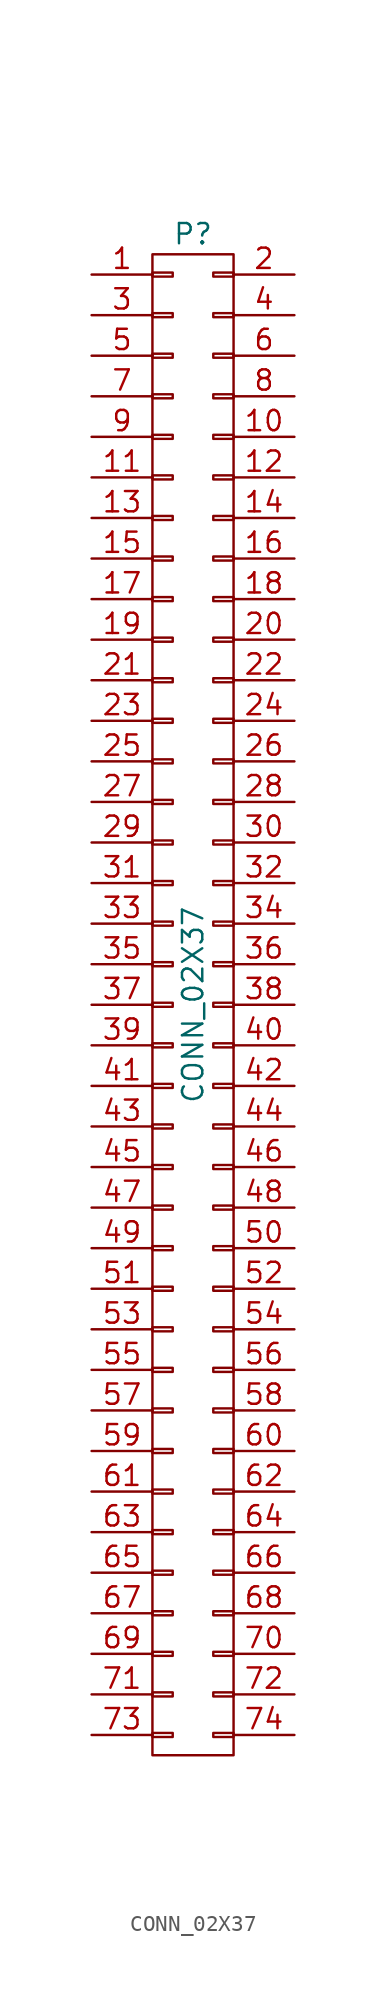
<source format=kicad_sym>
(kicad_symbol_lib
  (version 20231120)
  (generator "kicad_symbol_editor")
  (generator_version "8.0")
  (symbol "CONN_02X37"
    (pin_names
      (offset 0.025) hide)
    (property "Reference" "P"
      (at 0 48.26 0)
      (effects (font (size 1.27 1.27))))
    (property "Value" "CONN_02X37"
      (at 0 0 90)
      (effects (font (size 1.27 1.27))))
    (property "Footprint" ""
      (at 0 -3.81 0)
      (effects (font (size 1.27 1.27))))
    (property "Datasheet" ""
      (at 0 -3.81 0)
      (effects (font (size 1.27 1.27))))
    (symbol "CONN_02X37_0_1"
      (rectangle (start -2.54 -45.593) (end -1.27 -45.847) (stroke (width 0) (type solid)) (fill (type none)))
      (rectangle (start -2.54 -43.053) (end -1.27 -43.307) (stroke (width 0) (type solid)) (fill (type none)))
      (rectangle (start -2.54 -40.513) (end -1.27 -40.767) (stroke (width 0) (type solid)) (fill (type none)))
      (rectangle (start -2.54 -37.973) (end -1.27 -38.227) (stroke (width 0) (type solid)) (fill (type none)))
      (rectangle (start -2.54 -35.433) (end -1.27 -35.687) (stroke (width 0) (type solid)) (fill (type none)))
      (rectangle (start -2.54 -32.893) (end -1.27 -33.147) (stroke (width 0) (type solid)) (fill (type none)))
      (rectangle (start -2.54 -30.353) (end -1.27 -30.607) (stroke (width 0) (type solid)) (fill (type none)))
      (rectangle (start -2.54 -27.813) (end -1.27 -28.067) (stroke (width 0) (type solid)) (fill (type none)))
      (rectangle (start -2.54 -25.273) (end -1.27 -25.527) (stroke (width 0) (type solid)) (fill (type none)))
      (rectangle (start -2.54 -22.733) (end -1.27 -22.987) (stroke (width 0) (type solid)) (fill (type none)))
      (rectangle (start -2.54 -20.193) (end -1.27 -20.447) (stroke (width 0) (type solid)) (fill (type none)))
      (rectangle (start -2.54 -17.653) (end -1.27 -17.907) (stroke (width 0) (type solid)) (fill (type none)))
      (rectangle (start -2.54 -15.113) (end -1.27 -15.367) (stroke (width 0) (type solid)) (fill (type none)))
      (rectangle (start -2.54 -12.573) (end -1.27 -12.827) (stroke (width 0) (type solid)) (fill (type none)))
      (rectangle (start -2.54 -10.033) (end -1.27 -10.287) (stroke (width 0) (type solid)) (fill (type none)))
      (rectangle (start -2.54 -7.493) (end -1.27 -7.747) (stroke (width 0) (type solid)) (fill (type none)))
      (rectangle (start -2.54 -4.953) (end -1.27 -5.207) (stroke (width 0) (type solid)) (fill (type none)))
      (rectangle (start -2.54 -2.413) (end -1.27 -2.667) (stroke (width 0) (type solid)) (fill (type none)))
      (rectangle (start -2.54 0.127) (end -1.27 -0.127) (stroke (width 0) (type solid)) (fill (type none)))
      (rectangle (start -2.54 2.667) (end -1.27 2.413) (stroke (width 0) (type solid)) (fill (type none)))
      (rectangle (start -2.54 5.207) (end -1.27 4.953) (stroke (width 0) (type solid)) (fill (type none)))
      (rectangle (start -2.54 7.747) (end -1.27 7.493) (stroke (width 0) (type solid)) (fill (type none)))
      (rectangle (start -2.54 10.287) (end -1.27 10.033) (stroke (width 0) (type solid)) (fill (type none)))
      (rectangle (start -2.54 12.827) (end -1.27 12.573) (stroke (width 0) (type solid)) (fill (type none)))
      (rectangle (start -2.54 15.367) (end -1.27 15.113) (stroke (width 0) (type solid)) (fill (type none)))
      (rectangle (start -2.54 17.907) (end -1.27 17.653) (stroke (width 0) (type solid)) (fill (type none)))
      (rectangle (start -2.54 20.447) (end -1.27 20.193) (stroke (width 0) (type solid)) (fill (type none)))
      (rectangle (start -2.54 22.987) (end -1.27 22.733) (stroke (width 0) (type solid)) (fill (type none)))
      (rectangle (start -2.54 25.527) (end -1.27 25.273) (stroke (width 0) (type solid)) (fill (type none)))
      (rectangle (start -2.54 28.067) (end -1.27 27.813) (stroke (width 0) (type solid)) (fill (type none)))
      (rectangle (start -2.54 30.607) (end -1.27 30.353) (stroke (width 0) (type solid)) (fill (type none)))
      (rectangle (start -2.54 33.147) (end -1.27 32.893) (stroke (width 0) (type solid)) (fill (type none)))
      (rectangle (start -2.54 35.687) (end -1.27 35.433) (stroke (width 0) (type solid)) (fill (type none)))
      (rectangle (start -2.54 38.227) (end -1.27 37.973) (stroke (width 0) (type solid)) (fill (type none)))
      (rectangle (start -2.54 40.767) (end -1.27 40.513) (stroke (width 0) (type solid)) (fill (type none)))
      (rectangle (start -2.54 43.307) (end -1.27 43.053) (stroke (width 0) (type solid)) (fill (type none)))
      (rectangle (start -2.54 45.847) (end -1.27 45.593) (stroke (width 0) (type solid)) (fill (type none)))
      (rectangle (start -2.54 46.99) (end 2.54 -46.99) (stroke (width 0) (type solid)) (fill (type none)))
      (rectangle (start 1.27 -45.593) (end 2.54 -45.847) (stroke (width 0) (type solid)) (fill (type none)))
      (rectangle (start 1.27 -43.053) (end 2.54 -43.307) (stroke (width 0) (type solid)) (fill (type none)))
      (rectangle (start 1.27 -40.513) (end 2.54 -40.767) (stroke (width 0) (type solid)) (fill (type none)))
      (rectangle (start 1.27 -37.973) (end 2.54 -38.227) (stroke (width 0) (type solid)) (fill (type none)))
      (rectangle (start 1.27 -35.433) (end 2.54 -35.687) (stroke (width 0) (type solid)) (fill (type none)))
      (rectangle (start 1.27 -32.893) (end 2.54 -33.147) (stroke (width 0) (type solid)) (fill (type none)))
      (rectangle (start 1.27 -30.353) (end 2.54 -30.607) (stroke (width 0) (type solid)) (fill (type none)))
      (rectangle (start 1.27 -27.813) (end 2.54 -28.067) (stroke (width 0) (type solid)) (fill (type none)))
      (rectangle (start 1.27 -25.273) (end 2.54 -25.527) (stroke (width 0) (type solid)) (fill (type none)))
      (rectangle (start 1.27 -22.733) (end 2.54 -22.987) (stroke (width 0) (type solid)) (fill (type none)))
      (rectangle (start 1.27 -20.193) (end 2.54 -20.447) (stroke (width 0) (type solid)) (fill (type none)))
      (rectangle (start 1.27 -17.653) (end 2.54 -17.907) (stroke (width 0) (type solid)) (fill (type none)))
      (rectangle (start 1.27 -15.113) (end 2.54 -15.367) (stroke (width 0) (type solid)) (fill (type none)))
      (rectangle (start 1.27 -12.573) (end 2.54 -12.827) (stroke (width 0) (type solid)) (fill (type none)))
      (rectangle (start 1.27 -10.033) (end 2.54 -10.287) (stroke (width 0) (type solid)) (fill (type none)))
      (rectangle (start 1.27 -7.493) (end 2.54 -7.747) (stroke (width 0) (type solid)) (fill (type none)))
      (rectangle (start 1.27 -4.953) (end 2.54 -5.207) (stroke (width 0) (type solid)) (fill (type none)))
      (rectangle (start 1.27 -2.413) (end 2.54 -2.667) (stroke (width 0) (type solid)) (fill (type none)))
      (rectangle (start 1.27 0.127) (end 2.54 -0.127) (stroke (width 0) (type solid)) (fill (type none)))
      (rectangle (start 1.27 2.667) (end 2.54 2.413) (stroke (width 0) (type solid)) (fill (type none)))
      (rectangle (start 1.27 5.207) (end 2.54 4.953) (stroke (width 0) (type solid)) (fill (type none)))
      (rectangle (start 1.27 7.747) (end 2.54 7.493) (stroke (width 0) (type solid)) (fill (type none)))
      (rectangle (start 1.27 10.287) (end 2.54 10.033) (stroke (width 0) (type solid)) (fill (type none)))
      (rectangle (start 1.27 12.827) (end 2.54 12.573) (stroke (width 0) (type solid)) (fill (type none)))
      (rectangle (start 1.27 15.367) (end 2.54 15.113) (stroke (width 0) (type solid)) (fill (type none)))
      (rectangle (start 1.27 17.907) (end 2.54 17.653) (stroke (width 0) (type solid)) (fill (type none)))
      (rectangle (start 1.27 20.447) (end 2.54 20.193) (stroke (width 0) (type solid)) (fill (type none)))
      (rectangle (start 1.27 22.987) (end 2.54 22.733) (stroke (width 0) (type solid)) (fill (type none)))
      (rectangle (start 1.27 25.527) (end 2.54 25.273) (stroke (width 0) (type solid)) (fill (type none)))
      (rectangle (start 1.27 28.067) (end 2.54 27.813) (stroke (width 0) (type solid)) (fill (type none)))
      (rectangle (start 1.27 30.607) (end 2.54 30.353) (stroke (width 0) (type solid)) (fill (type none)))
      (rectangle (start 1.27 33.147) (end 2.54 32.893) (stroke (width 0) (type solid)) (fill (type none)))
      (rectangle (start 1.27 35.687) (end 2.54 35.433) (stroke (width 0) (type solid)) (fill (type none)))
      (rectangle (start 1.27 38.227) (end 2.54 37.973) (stroke (width 0) (type solid)) (fill (type none)))
      (rectangle (start 1.27 40.767) (end 2.54 40.513) (stroke (width 0) (type solid)) (fill (type none)))
      (rectangle (start 1.27 43.307) (end 2.54 43.053) (stroke (width 0) (type solid)) (fill (type none)))
      (rectangle (start 1.27 45.847) (end 2.54 45.593) (stroke (width 0) (type solid)) (fill (type none))))
    (symbol "CONN_02X37_1_1"
      (pin passive line (at -6.35 45.72 0) (length 3.81) (name "P1" (effects (font (size 1.27 1.27)))) (number "1" (effects (font (size 1.27 1.27)))))
      (pin passive line (at 6.35 35.56 180) (length 3.81) (name "P10" (effects (font (size 1.27 1.27)))) (number "10" (effects (font (size 1.27 1.27)))))
      (pin passive line (at -6.35 33.02 0) (length 3.81) (name "P11" (effects (font (size 1.27 1.27)))) (number "11" (effects (font (size 1.27 1.27)))))
      (pin passive line (at 6.35 33.02 180) (length 3.81) (name "P12" (effects (font (size 1.27 1.27)))) (number "12" (effects (font (size 1.27 1.27)))))
      (pin passive line (at -6.35 30.48 0) (length 3.81) (name "P13" (effects (font (size 1.27 1.27)))) (number "13" (effects (font (size 1.27 1.27)))))
      (pin passive line (at 6.35 30.48 180) (length 3.81) (name "P14" (effects (font (size 1.27 1.27)))) (number "14" (effects (font (size 1.27 1.27)))))
      (pin passive line (at -6.35 27.94 0) (length 3.81) (name "P15" (effects (font (size 1.27 1.27)))) (number "15" (effects (font (size 1.27 1.27)))))
      (pin passive line (at 6.35 27.94 180) (length 3.81) (name "P16" (effects (font (size 1.27 1.27)))) (number "16" (effects (font (size 1.27 1.27)))))
      (pin passive line (at -6.35 25.4 0) (length 3.81) (name "P17" (effects (font (size 1.27 1.27)))) (number "17" (effects (font (size 1.27 1.27)))))
      (pin passive line (at 6.35 25.4 180) (length 3.81) (name "P18" (effects (font (size 1.27 1.27)))) (number "18" (effects (font (size 1.27 1.27)))))
      (pin passive line (at -6.35 22.86 0) (length 3.81) (name "P19" (effects (font (size 1.27 1.27)))) (number "19" (effects (font (size 1.27 1.27)))))
      (pin passive line (at 6.35 45.72 180) (length 3.81) (name "P2" (effects (font (size 1.27 1.27)))) (number "2" (effects (font (size 1.27 1.27)))))
      (pin passive line (at 6.35 22.86 180) (length 3.81) (name "P20" (effects (font (size 1.27 1.27)))) (number "20" (effects (font (size 1.27 1.27)))))
      (pin passive line (at -6.35 20.32 0) (length 3.81) (name "P21" (effects (font (size 1.27 1.27)))) (number "21" (effects (font (size 1.27 1.27)))))
      (pin passive line (at 6.35 20.32 180) (length 3.81) (name "P22" (effects (font (size 1.27 1.27)))) (number "22" (effects (font (size 1.27 1.27)))))
      (pin passive line (at -6.35 17.78 0) (length 3.81) (name "P23" (effects (font (size 1.27 1.27)))) (number "23" (effects (font (size 1.27 1.27)))))
      (pin passive line (at 6.35 17.78 180) (length 3.81) (name "P24" (effects (font (size 1.27 1.27)))) (number "24" (effects (font (size 1.27 1.27)))))
      (pin passive line (at -6.35 15.24 0) (length 3.81) (name "P25" (effects (font (size 1.27 1.27)))) (number "25" (effects (font (size 1.27 1.27)))))
      (pin passive line (at 6.35 15.24 180) (length 3.81) (name "P26" (effects (font (size 1.27 1.27)))) (number "26" (effects (font (size 1.27 1.27)))))
      (pin passive line (at -6.35 12.7 0) (length 3.81) (name "P27" (effects (font (size 1.27 1.27)))) (number "27" (effects (font (size 1.27 1.27)))))
      (pin passive line (at 6.35 12.7 180) (length 3.81) (name "P28" (effects (font (size 1.27 1.27)))) (number "28" (effects (font (size 1.27 1.27)))))
      (pin passive line (at -6.35 10.16 0) (length 3.81) (name "P29" (effects (font (size 1.27 1.27)))) (number "29" (effects (font (size 1.27 1.27)))))
      (pin passive line (at -6.35 43.18 0) (length 3.81) (name "P3" (effects (font (size 1.27 1.27)))) (number "3" (effects (font (size 1.27 1.27)))))
      (pin passive line (at 6.35 10.16 180) (length 3.81) (name "P30" (effects (font (size 1.27 1.27)))) (number "30" (effects (font (size 1.27 1.27)))))
      (pin passive line (at -6.35 7.62 0) (length 3.81) (name "P31" (effects (font (size 1.27 1.27)))) (number "31" (effects (font (size 1.27 1.27)))))
      (pin passive line (at 6.35 7.62 180) (length 3.81) (name "P32" (effects (font (size 1.27 1.27)))) (number "32" (effects (font (size 1.27 1.27)))))
      (pin passive line (at -6.35 5.08 0) (length 3.81) (name "P33" (effects (font (size 1.27 1.27)))) (number "33" (effects (font (size 1.27 1.27)))))
      (pin passive line (at 6.35 5.08 180) (length 3.81) (name "P34" (effects (font (size 1.27 1.27)))) (number "34" (effects (font (size 1.27 1.27)))))
      (pin passive line (at -6.35 2.54 0) (length 3.81) (name "P35" (effects (font (size 1.27 1.27)))) (number "35" (effects (font (size 1.27 1.27)))))
      (pin passive line (at 6.35 2.54 180) (length 3.81) (name "P36" (effects (font (size 1.27 1.27)))) (number "36" (effects (font (size 1.27 1.27)))))
      (pin passive line (at -6.35 0 0) (length 3.81) (name "P37" (effects (font (size 1.27 1.27)))) (number "37" (effects (font (size 1.27 1.27)))))
      (pin passive line (at 6.35 0 180) (length 3.81) (name "P38" (effects (font (size 1.27 1.27)))) (number "38" (effects (font (size 1.27 1.27)))))
      (pin passive line (at -6.35 -2.54 0) (length 3.81) (name "P39" (effects (font (size 1.27 1.27)))) (number "39" (effects (font (size 1.27 1.27)))))
      (pin passive line (at 6.35 43.18 180) (length 3.81) (name "P4" (effects (font (size 1.27 1.27)))) (number "4" (effects (font (size 1.27 1.27)))))
      (pin passive line (at 6.35 -2.54 180) (length 3.81) (name "P40" (effects (font (size 1.27 1.27)))) (number "40" (effects (font (size 1.27 1.27)))))
      (pin passive line (at -6.35 -5.08 0) (length 3.81) (name "P41" (effects (font (size 1.27 1.27)))) (number "41" (effects (font (size 1.27 1.27)))))
      (pin passive line (at 6.35 -5.08 180) (length 3.81) (name "P42" (effects (font (size 1.27 1.27)))) (number "42" (effects (font (size 1.27 1.27)))))
      (pin passive line (at -6.35 -7.62 0) (length 3.81) (name "P43" (effects (font (size 1.27 1.27)))) (number "43" (effects (font (size 1.27 1.27)))))
      (pin passive line (at 6.35 -7.62 180) (length 3.81) (name "P44" (effects (font (size 1.27 1.27)))) (number "44" (effects (font (size 1.27 1.27)))))
      (pin passive line (at -6.35 -10.16 0) (length 3.81) (name "P45" (effects (font (size 1.27 1.27)))) (number "45" (effects (font (size 1.27 1.27)))))
      (pin passive line (at 6.35 -10.16 180) (length 3.81) (name "P46" (effects (font (size 1.27 1.27)))) (number "46" (effects (font (size 1.27 1.27)))))
      (pin passive line (at -6.35 -12.7 0) (length 3.81) (name "P47" (effects (font (size 1.27 1.27)))) (number "47" (effects (font (size 1.27 1.27)))))
      (pin passive line (at 6.35 -12.7 180) (length 3.81) (name "P48" (effects (font (size 1.27 1.27)))) (number "48" (effects (font (size 1.27 1.27)))))
      (pin passive line (at -6.35 -15.24 0) (length 3.81) (name "P49" (effects (font (size 1.27 1.27)))) (number "49" (effects (font (size 1.27 1.27)))))
      (pin passive line (at -6.35 40.64 0) (length 3.81) (name "P5" (effects (font (size 1.27 1.27)))) (number "5" (effects (font (size 1.27 1.27)))))
      (pin passive line (at 6.35 -15.24 180) (length 3.81) (name "P50" (effects (font (size 1.27 1.27)))) (number "50" (effects (font (size 1.27 1.27)))))
      (pin passive line (at -6.35 -17.78 0) (length 3.81) (name "P51" (effects (font (size 1.27 1.27)))) (number "51" (effects (font (size 1.27 1.27)))))
      (pin passive line (at 6.35 -17.78 180) (length 3.81) (name "P52" (effects (font (size 1.27 1.27)))) (number "52" (effects (font (size 1.27 1.27)))))
      (pin passive line (at -6.35 -20.32 0) (length 3.81) (name "P53" (effects (font (size 1.27 1.27)))) (number "53" (effects (font (size 1.27 1.27)))))
      (pin passive line (at 6.35 -20.32 180) (length 3.81) (name "P54" (effects (font (size 1.27 1.27)))) (number "54" (effects (font (size 1.27 1.27)))))
      (pin passive line (at -6.35 -22.86 0) (length 3.81) (name "P55" (effects (font (size 1.27 1.27)))) (number "55" (effects (font (size 1.27 1.27)))))
      (pin passive line (at 6.35 -22.86 180) (length 3.81) (name "P56" (effects (font (size 1.27 1.27)))) (number "56" (effects (font (size 1.27 1.27)))))
      (pin passive line (at -6.35 -25.4 0) (length 3.81) (name "P57" (effects (font (size 1.27 1.27)))) (number "57" (effects (font (size 1.27 1.27)))))
      (pin passive line (at 6.35 -25.4 180) (length 3.81) (name "P58" (effects (font (size 1.27 1.27)))) (number "58" (effects (font (size 1.27 1.27)))))
      (pin passive line (at -6.35 -27.94 0) (length 3.81) (name "P59" (effects (font (size 1.27 1.27)))) (number "59" (effects (font (size 1.27 1.27)))))
      (pin passive line (at 6.35 40.64 180) (length 3.81) (name "P6" (effects (font (size 1.27 1.27)))) (number "6" (effects (font (size 1.27 1.27)))))
      (pin passive line (at 6.35 -27.94 180) (length 3.81) (name "P60" (effects (font (size 1.27 1.27)))) (number "60" (effects (font (size 1.27 1.27)))))
      (pin passive line (at -6.35 -30.48 0) (length 3.81) (name "P61" (effects (font (size 1.27 1.27)))) (number "61" (effects (font (size 1.27 1.27)))))
      (pin passive line (at 6.35 -30.48 180) (length 3.81) (name "P62" (effects (font (size 1.27 1.27)))) (number "62" (effects (font (size 1.27 1.27)))))
      (pin passive line (at -6.35 -33.02 0) (length 3.81) (name "P63" (effects (font (size 1.27 1.27)))) (number "63" (effects (font (size 1.27 1.27)))))
      (pin passive line (at 6.35 -33.02 180) (length 3.81) (name "P64" (effects (font (size 1.27 1.27)))) (number "64" (effects (font (size 1.27 1.27)))))
      (pin passive line (at -6.35 -35.56 0) (length 3.81) (name "P65" (effects (font (size 1.27 1.27)))) (number "65" (effects (font (size 1.27 1.27)))))
      (pin passive line (at 6.35 -35.56 180) (length 3.81) (name "P66" (effects (font (size 1.27 1.27)))) (number "66" (effects (font (size 1.27 1.27)))))
      (pin passive line (at -6.35 -38.1 0) (length 3.81) (name "P67" (effects (font (size 1.27 1.27)))) (number "67" (effects (font (size 1.27 1.27)))))
      (pin passive line (at 6.35 -38.1 180) (length 3.81) (name "P68" (effects (font (size 1.27 1.27)))) (number "68" (effects (font (size 1.27 1.27)))))
      (pin passive line (at -6.35 -40.64 0) (length 3.81) (name "P69" (effects (font (size 1.27 1.27)))) (number "69" (effects (font (size 1.27 1.27)))))
      (pin passive line (at -6.35 38.1 0) (length 3.81) (name "P7" (effects (font (size 1.27 1.27)))) (number "7" (effects (font (size 1.27 1.27)))))
      (pin passive line (at 6.35 -40.64 180) (length 3.81) (name "P70" (effects (font (size 1.27 1.27)))) (number "70" (effects (font (size 1.27 1.27)))))
      (pin passive line (at -6.35 -43.18 0) (length 3.81) (name "P71" (effects (font (size 1.27 1.27)))) (number "71" (effects (font (size 1.27 1.27)))))
      (pin passive line (at 6.35 -43.18 180) (length 3.81) (name "P72" (effects (font (size 1.27 1.27)))) (number "72" (effects (font (size 1.27 1.27)))))
      (pin passive line (at -6.35 -45.72 0) (length 3.81) (name "P73" (effects (font (size 1.27 1.27)))) (number "73" (effects (font (size 1.27 1.27)))))
      (pin passive line (at 6.35 -45.72 180) (length 3.81) (name "P74" (effects (font (size 1.27 1.27)))) (number "74" (effects (font (size 1.27 1.27)))))
      (pin passive line (at 6.35 38.1 180) (length 3.81) (name "P8" (effects (font (size 1.27 1.27)))) (number "8" (effects (font (size 1.27 1.27)))))
      (pin passive line (at -6.35 35.56 0) (length 3.81) (name "P9" (effects (font (size 1.27 1.27)))) (number "9" (effects (font (size 1.27 1.27))))))))
</source>
